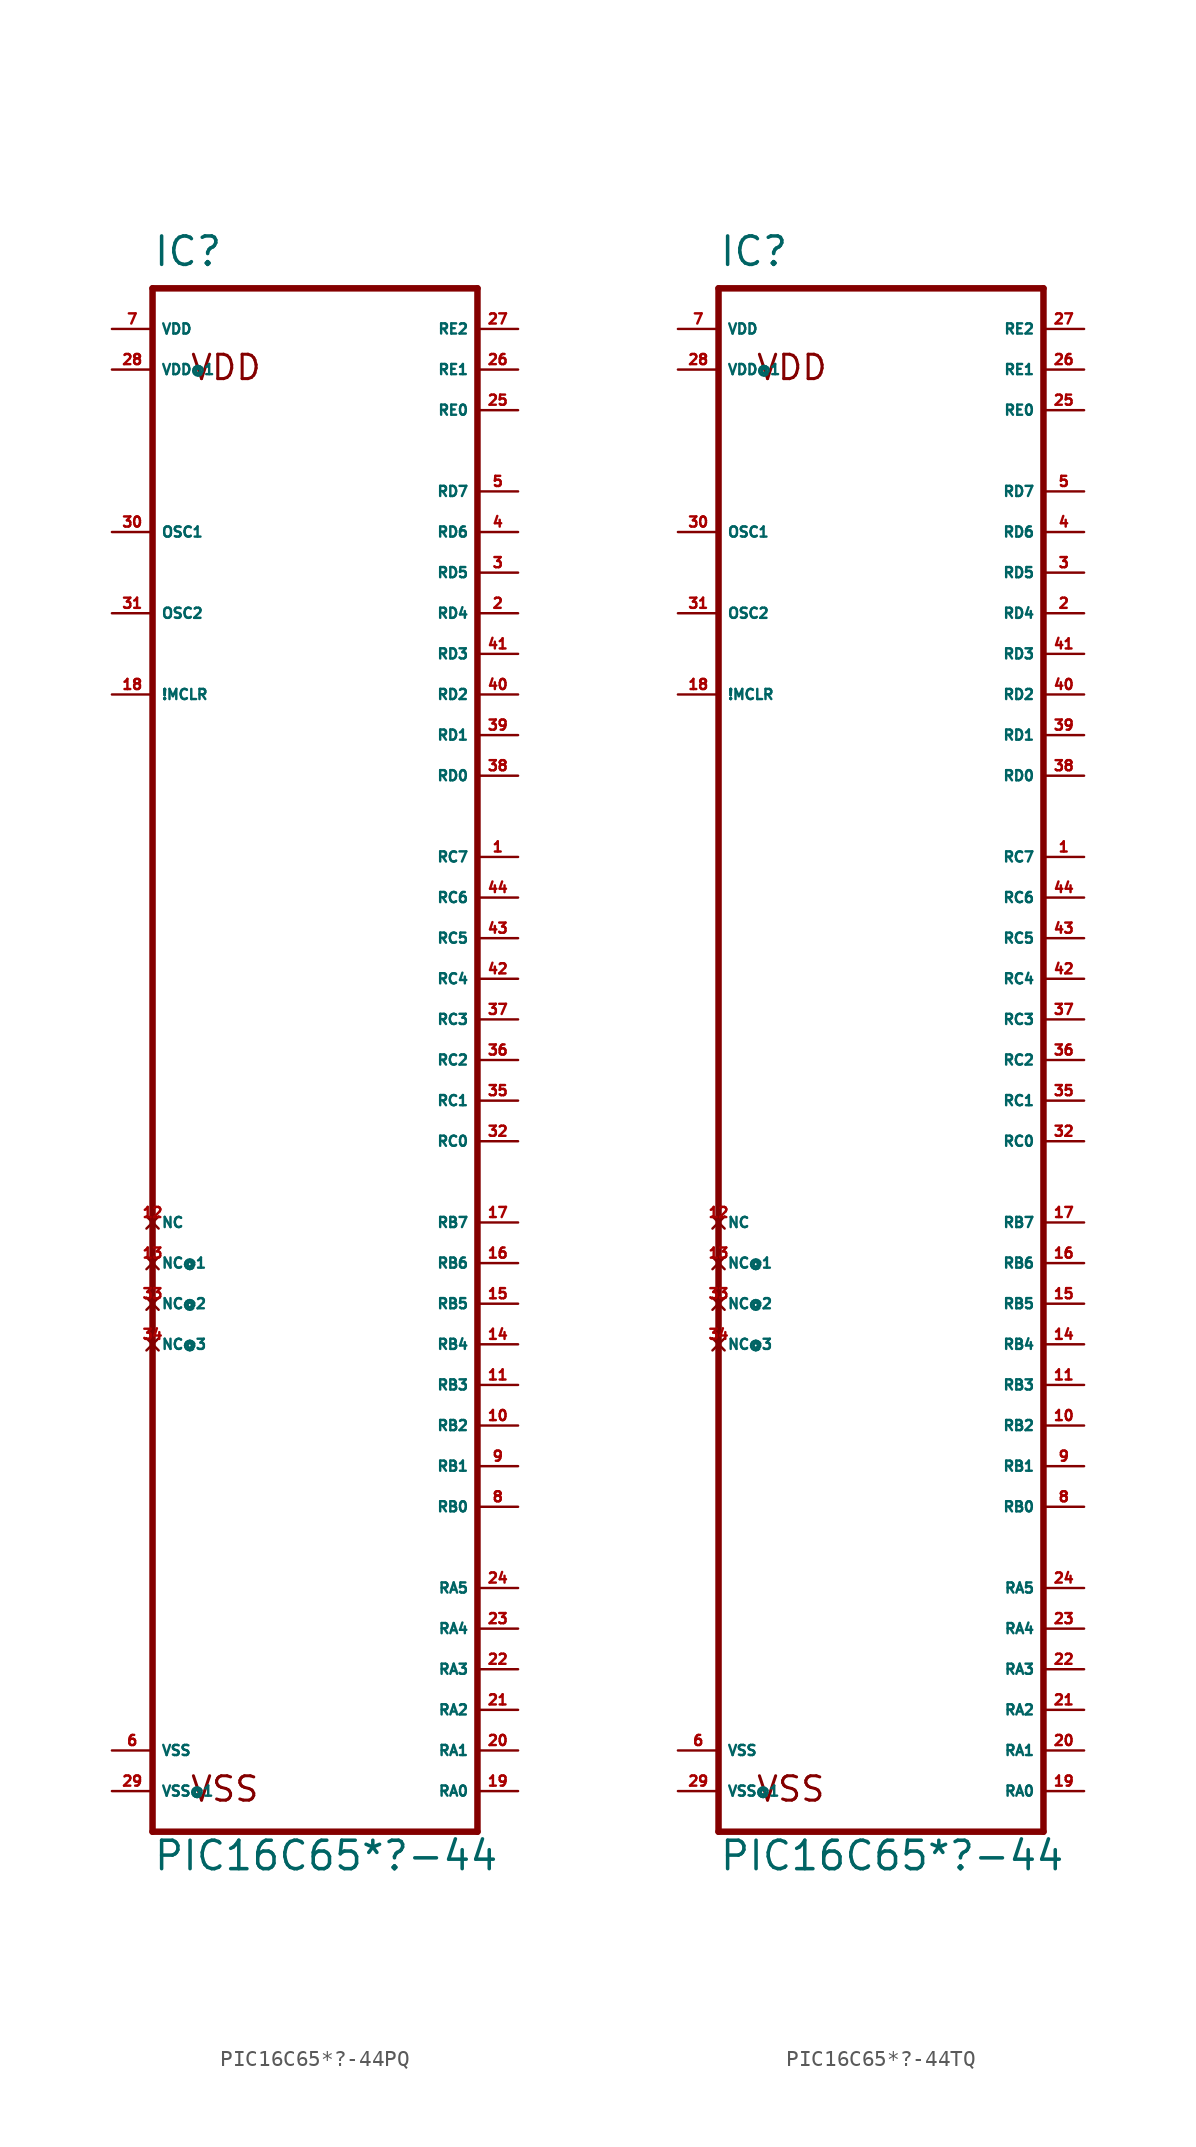
<source format=kicad_sym>
(kicad_symbol_lib
  (version 20220914)
  (generator Eagle2Kicad)
  (symbol "PIC16C65*?-44PQ"
    (property "Reference" "IC"
      (at -10.16 44.45 0)
      (effects (font (size 1.778 1.778) (thickness 0.22)) (justify left bottom)))
    (property "Value" "PIC16C65*?-44"
      (at -10.16 -55.88 0)
      (effects (font (size 1.778 1.778) (thickness 0.22)) (justify left bottom)))
    (polyline
      (pts (xy -10.16 -53.34) (xy 10.16 -53.34))
      (stroke (width 0.406) (type default))
      (fill (type none)))
    (polyline
      (pts (xy 10.16 -53.34) (xy 10.16 43.18))
      (stroke (width 0.406) (type default))
      (fill (type none)))
    (polyline
      (pts (xy 10.16 43.18) (xy -10.16 43.18))
      (stroke (width 0.406) (type default))
      (fill (type none)))
    (polyline
      (pts (xy -10.16 43.18) (xy -10.16 -53.34))
      (stroke (width 0.406) (type default))
      (fill (type none)))
    (text "VDD"
      (at -7.874 37.338 0)
      (effects (font (size 1.524 1.524) (thickness 0.19)) (justify left bottom)))
    (text "VSS"
      (at -7.874 -51.562 0)
      (effects (font (size 1.524 1.524) (thickness 0.19)) (justify left bottom)))
    (pin input line
      (at -12.7 17.78 0)
      (length 2.54)
      (name "!MCLR" (effects (font (size 0.635 0.635) (thickness 0.08)) (justify left bottom)))
      (number "18" (effects (font (size 0.635 0.635) (thickness 0.08)) (justify left bottom))))
    (pin input line
      (at -12.7 27.94 0)
      (length 2.54)
      (name "OSC1" (effects (font (size 0.635 0.635) (thickness 0.08)) (justify left bottom)))
      (number "30" (effects (font (size 0.635 0.635) (thickness 0.08)) (justify left bottom))))
    (pin bidirectional line
      (at 12.7 -50.8 180)
      (length 2.54)
      (name "RA0" (effects (font (size 0.635 0.635) (thickness 0.08)) (justify left bottom)))
      (number "19" (effects (font (size 0.635 0.635) (thickness 0.08)) (justify left bottom))))
    (pin bidirectional line
      (at 12.7 -48.26 180)
      (length 2.54)
      (name "RA1" (effects (font (size 0.635 0.635) (thickness 0.08)) (justify left bottom)))
      (number "20" (effects (font (size 0.635 0.635) (thickness 0.08)) (justify left bottom))))
    (pin bidirectional line
      (at 12.7 -45.72 180)
      (length 2.54)
      (name "RA2" (effects (font (size 0.635 0.635) (thickness 0.08)) (justify left bottom)))
      (number "21" (effects (font (size 0.635 0.635) (thickness 0.08)) (justify left bottom))))
    (pin bidirectional line
      (at 12.7 -43.18 180)
      (length 2.54)
      (name "RA3" (effects (font (size 0.635 0.635) (thickness 0.08)) (justify left bottom)))
      (number "22" (effects (font (size 0.635 0.635) (thickness 0.08)) (justify left bottom))))
    (pin bidirectional line
      (at 12.7 -30.48 180)
      (length 2.54)
      (name "RB1" (effects (font (size 0.635 0.635) (thickness 0.08)) (justify left bottom)))
      (number "9" (effects (font (size 0.635 0.635) (thickness 0.08)) (justify left bottom))))
    (pin bidirectional line
      (at 12.7 -27.94 180)
      (length 2.54)
      (name "RB2" (effects (font (size 0.635 0.635) (thickness 0.08)) (justify left bottom)))
      (number "10" (effects (font (size 0.635 0.635) (thickness 0.08)) (justify left bottom))))
    (pin bidirectional line
      (at 12.7 -25.4 180)
      (length 2.54)
      (name "RB3" (effects (font (size 0.635 0.635) (thickness 0.08)) (justify left bottom)))
      (number "11" (effects (font (size 0.635 0.635) (thickness 0.08)) (justify left bottom))))
    (pin bidirectional line
      (at 12.7 -38.1 180)
      (length 2.54)
      (name "RA5" (effects (font (size 0.635 0.635) (thickness 0.08)) (justify left bottom)))
      (number "24" (effects (font (size 0.635 0.635) (thickness 0.08)) (justify left bottom))))
    (pin bidirectional line
      (at 12.7 -22.86 180)
      (length 2.54)
      (name "RB4" (effects (font (size 0.635 0.635) (thickness 0.08)) (justify left bottom)))
      (number "14" (effects (font (size 0.635 0.635) (thickness 0.08)) (justify left bottom))))
    (pin bidirectional line
      (at 12.7 -20.32 180)
      (length 2.54)
      (name "RB5" (effects (font (size 0.635 0.635) (thickness 0.08)) (justify left bottom)))
      (number "15" (effects (font (size 0.635 0.635) (thickness 0.08)) (justify left bottom))))
    (pin bidirectional line
      (at 12.7 -17.78 180)
      (length 2.54)
      (name "RB6" (effects (font (size 0.635 0.635) (thickness 0.08)) (justify left bottom)))
      (number "16" (effects (font (size 0.635 0.635) (thickness 0.08)) (justify left bottom))))
    (pin bidirectional line
      (at 12.7 -15.24 180)
      (length 2.54)
      (name "RB7" (effects (font (size 0.635 0.635) (thickness 0.08)) (justify left bottom)))
      (number "17" (effects (font (size 0.635 0.635) (thickness 0.08)) (justify left bottom))))
    (pin bidirectional line
      (at 12.7 -10.16 180)
      (length 2.54)
      (name "RC0" (effects (font (size 0.635 0.635) (thickness 0.08)) (justify left bottom)))
      (number "32" (effects (font (size 0.635 0.635) (thickness 0.08)) (justify left bottom))))
    (pin bidirectional line
      (at 12.7 -7.62 180)
      (length 2.54)
      (name "RC1" (effects (font (size 0.635 0.635) (thickness 0.08)) (justify left bottom)))
      (number "35" (effects (font (size 0.635 0.635) (thickness 0.08)) (justify left bottom))))
    (pin bidirectional line
      (at 12.7 -5.08 180)
      (length 2.54)
      (name "RC2" (effects (font (size 0.635 0.635) (thickness 0.08)) (justify left bottom)))
      (number "36" (effects (font (size 0.635 0.635) (thickness 0.08)) (justify left bottom))))
    (pin bidirectional line
      (at 12.7 -2.54 180)
      (length 2.54)
      (name "RC3" (effects (font (size 0.635 0.635) (thickness 0.08)) (justify left bottom)))
      (number "37" (effects (font (size 0.635 0.635) (thickness 0.08)) (justify left bottom))))
    (pin bidirectional line
      (at 12.7 12.7 180)
      (length 2.54)
      (name "RD0" (effects (font (size 0.635 0.635) (thickness 0.08)) (justify left bottom)))
      (number "38" (effects (font (size 0.635 0.635) (thickness 0.08)) (justify left bottom))))
    (pin bidirectional line
      (at 12.7 15.24 180)
      (length 2.54)
      (name "RD1" (effects (font (size 0.635 0.635) (thickness 0.08)) (justify left bottom)))
      (number "39" (effects (font (size 0.635 0.635) (thickness 0.08)) (justify left bottom))))
    (pin bidirectional line
      (at 12.7 17.78 180)
      (length 2.54)
      (name "RD2" (effects (font (size 0.635 0.635) (thickness 0.08)) (justify left bottom)))
      (number "40" (effects (font (size 0.635 0.635) (thickness 0.08)) (justify left bottom))))
    (pin bidirectional line
      (at 12.7 20.32 180)
      (length 2.54)
      (name "RD3" (effects (font (size 0.635 0.635) (thickness 0.08)) (justify left bottom)))
      (number "41" (effects (font (size 0.635 0.635) (thickness 0.08)) (justify left bottom))))
    (pin bidirectional line
      (at 12.7 22.86 180)
      (length 2.54)
      (name "RD4" (effects (font (size 0.635 0.635) (thickness 0.08)) (justify left bottom)))
      (number "2" (effects (font (size 0.635 0.635) (thickness 0.08)) (justify left bottom))))
    (pin bidirectional line
      (at 12.7 25.4 180)
      (length 2.54)
      (name "RD5" (effects (font (size 0.635 0.635) (thickness 0.08)) (justify left bottom)))
      (number "3" (effects (font (size 0.635 0.635) (thickness 0.08)) (justify left bottom))))
    (pin bidirectional line
      (at 12.7 27.94 180)
      (length 2.54)
      (name "RD6" (effects (font (size 0.635 0.635) (thickness 0.08)) (justify left bottom)))
      (number "4" (effects (font (size 0.635 0.635) (thickness 0.08)) (justify left bottom))))
    (pin bidirectional line
      (at 12.7 30.48 180)
      (length 2.54)
      (name "RD7" (effects (font (size 0.635 0.635) (thickness 0.08)) (justify left bottom)))
      (number "5" (effects (font (size 0.635 0.635) (thickness 0.08)) (justify left bottom))))
    (pin bidirectional line
      (at 12.7 35.56 180)
      (length 2.54)
      (name "RE0" (effects (font (size 0.635 0.635) (thickness 0.08)) (justify left bottom)))
      (number "25" (effects (font (size 0.635 0.635) (thickness 0.08)) (justify left bottom))))
    (pin bidirectional line
      (at 12.7 38.1 180)
      (length 2.54)
      (name "RE1" (effects (font (size 0.635 0.635) (thickness 0.08)) (justify left bottom)))
      (number "26" (effects (font (size 0.635 0.635) (thickness 0.08)) (justify left bottom))))
    (pin bidirectional line
      (at 12.7 40.64 180)
      (length 2.54)
      (name "RE2" (effects (font (size 0.635 0.635) (thickness 0.08)) (justify left bottom)))
      (number "27" (effects (font (size 0.635 0.635) (thickness 0.08)) (justify left bottom))))
    (pin no_connect line
      (at -10.16 -15.24 0)
      (length 0)
      (name "NC" (effects (font (size 0.635 0.635) (thickness 0.08)) (justify left bottom) hide))
      (number "12" (effects (font (size 0.635 0.635) (thickness 0.08)) (justify left bottom) hide)))
    (pin no_connect line
      (at -10.16 -17.78 0)
      (length 0)
      (name "NC@1" (effects (font (size 0.635 0.635) (thickness 0.08)) (justify left bottom) hide))
      (number "13" (effects (font (size 0.635 0.635) (thickness 0.08)) (justify left bottom) hide)))
    (pin no_connect line
      (at -10.16 -20.32 0)
      (length 0)
      (name "NC@2" (effects (font (size 0.635 0.635) (thickness 0.08)) (justify left bottom) hide))
      (number "33" (effects (font (size 0.635 0.635) (thickness 0.08)) (justify left bottom) hide)))
    (pin no_connect line
      (at -10.16 -22.86 0)
      (length 0)
      (name "NC@3" (effects (font (size 0.635 0.635) (thickness 0.08)) (justify left bottom) hide))
      (number "34" (effects (font (size 0.635 0.635) (thickness 0.08)) (justify left bottom) hide)))
    (pin unspecified line
      (at -12.7 40.64 0)
      (length 2.54)
      (name "VDD" (effects (font (size 0.635 0.635) (thickness 0.08)) (justify left bottom)))
      (number "7" (effects (font (size 0.635 0.635) (thickness 0.08)) (justify left bottom))))
    (pin unspecified line
      (at -12.7 38.1 0)
      (length 2.54)
      (name "VDD@1" (effects (font (size 0.635 0.635) (thickness 0.08)) (justify left bottom)))
      (number "28" (effects (font (size 0.635 0.635) (thickness 0.08)) (justify left bottom))))
    (pin unspecified line
      (at -12.7 -48.26 0)
      (length 2.54)
      (name "VSS" (effects (font (size 0.635 0.635) (thickness 0.08)) (justify left bottom)))
      (number "6" (effects (font (size 0.635 0.635) (thickness 0.08)) (justify left bottom))))
    (pin unspecified line
      (at -12.7 -50.8 0)
      (length 2.54)
      (name "VSS@1" (effects (font (size 0.635 0.635) (thickness 0.08)) (justify left bottom)))
      (number "29" (effects (font (size 0.635 0.635) (thickness 0.08)) (justify left bottom))))
    (pin bidirectional line
      (at 12.7 0 180)
      (length 2.54)
      (name "RC4" (effects (font (size 0.635 0.635) (thickness 0.08)) (justify left bottom)))
      (number "42" (effects (font (size 0.635 0.635) (thickness 0.08)) (justify left bottom))))
    (pin bidirectional line
      (at 12.7 2.54 180)
      (length 2.54)
      (name "RC5" (effects (font (size 0.635 0.635) (thickness 0.08)) (justify left bottom)))
      (number "43" (effects (font (size 0.635 0.635) (thickness 0.08)) (justify left bottom))))
    (pin bidirectional line
      (at 12.7 5.08 180)
      (length 2.54)
      (name "RC6" (effects (font (size 0.635 0.635) (thickness 0.08)) (justify left bottom)))
      (number "44" (effects (font (size 0.635 0.635) (thickness 0.08)) (justify left bottom))))
    (pin bidirectional line
      (at 12.7 7.62 180)
      (length 2.54)
      (name "RC7" (effects (font (size 0.635 0.635) (thickness 0.08)) (justify left bottom)))
      (number "1" (effects (font (size 0.635 0.635) (thickness 0.08)) (justify left bottom))))
    (pin output line
      (at -12.7 22.86 0)
      (length 2.54)
      (name "OSC2" (effects (font (size 0.635 0.635) (thickness 0.08)) (justify left bottom)))
      (number "31" (effects (font (size 0.635 0.635) (thickness 0.08)) (justify left bottom))))
    (pin bidirectional line
      (at 12.7 -33.02 180)
      (length 2.54)
      (name "RB0" (effects (font (size 0.635 0.635) (thickness 0.08)) (justify left bottom)))
      (number "8" (effects (font (size 0.635 0.635) (thickness 0.08)) (justify left bottom))))
    (pin bidirectional line
      (at 12.7 -40.64 180)
      (length 2.54)
      (name "RA4" (effects (font (size 0.635 0.635) (thickness 0.08)) (justify left bottom)))
      (number "23" (effects (font (size 0.635 0.635) (thickness 0.08)) (justify left bottom)))))
  (symbol "PIC16C65*?-44TQ"
    (property "Reference" "IC"
      (at -10.16 44.45 0)
      (effects (font (size 1.778 1.778) (thickness 0.22)) (justify left bottom)))
    (property "Value" "PIC16C65*?-44"
      (at -10.16 -55.88 0)
      (effects (font (size 1.778 1.778) (thickness 0.22)) (justify left bottom)))
    (polyline
      (pts (xy -10.16 -53.34) (xy 10.16 -53.34))
      (stroke (width 0.406) (type default))
      (fill (type none)))
    (polyline
      (pts (xy 10.16 -53.34) (xy 10.16 43.18))
      (stroke (width 0.406) (type default))
      (fill (type none)))
    (polyline
      (pts (xy 10.16 43.18) (xy -10.16 43.18))
      (stroke (width 0.406) (type default))
      (fill (type none)))
    (polyline
      (pts (xy -10.16 43.18) (xy -10.16 -53.34))
      (stroke (width 0.406) (type default))
      (fill (type none)))
    (text "VDD"
      (at -7.874 37.338 0)
      (effects (font (size 1.524 1.524) (thickness 0.19)) (justify left bottom)))
    (text "VSS"
      (at -7.874 -51.562 0)
      (effects (font (size 1.524 1.524) (thickness 0.19)) (justify left bottom)))
    (pin input line
      (at -12.7 17.78 0)
      (length 2.54)
      (name "!MCLR" (effects (font (size 0.635 0.635) (thickness 0.08)) (justify left bottom)))
      (number "18" (effects (font (size 0.635 0.635) (thickness 0.08)) (justify left bottom))))
    (pin input line
      (at -12.7 27.94 0)
      (length 2.54)
      (name "OSC1" (effects (font (size 0.635 0.635) (thickness 0.08)) (justify left bottom)))
      (number "30" (effects (font (size 0.635 0.635) (thickness 0.08)) (justify left bottom))))
    (pin bidirectional line
      (at 12.7 -50.8 180)
      (length 2.54)
      (name "RA0" (effects (font (size 0.635 0.635) (thickness 0.08)) (justify left bottom)))
      (number "19" (effects (font (size 0.635 0.635) (thickness 0.08)) (justify left bottom))))
    (pin bidirectional line
      (at 12.7 -48.26 180)
      (length 2.54)
      (name "RA1" (effects (font (size 0.635 0.635) (thickness 0.08)) (justify left bottom)))
      (number "20" (effects (font (size 0.635 0.635) (thickness 0.08)) (justify left bottom))))
    (pin bidirectional line
      (at 12.7 -45.72 180)
      (length 2.54)
      (name "RA2" (effects (font (size 0.635 0.635) (thickness 0.08)) (justify left bottom)))
      (number "21" (effects (font (size 0.635 0.635) (thickness 0.08)) (justify left bottom))))
    (pin bidirectional line
      (at 12.7 -43.18 180)
      (length 2.54)
      (name "RA3" (effects (font (size 0.635 0.635) (thickness 0.08)) (justify left bottom)))
      (number "22" (effects (font (size 0.635 0.635) (thickness 0.08)) (justify left bottom))))
    (pin bidirectional line
      (at 12.7 -30.48 180)
      (length 2.54)
      (name "RB1" (effects (font (size 0.635 0.635) (thickness 0.08)) (justify left bottom)))
      (number "9" (effects (font (size 0.635 0.635) (thickness 0.08)) (justify left bottom))))
    (pin bidirectional line
      (at 12.7 -27.94 180)
      (length 2.54)
      (name "RB2" (effects (font (size 0.635 0.635) (thickness 0.08)) (justify left bottom)))
      (number "10" (effects (font (size 0.635 0.635) (thickness 0.08)) (justify left bottom))))
    (pin bidirectional line
      (at 12.7 -25.4 180)
      (length 2.54)
      (name "RB3" (effects (font (size 0.635 0.635) (thickness 0.08)) (justify left bottom)))
      (number "11" (effects (font (size 0.635 0.635) (thickness 0.08)) (justify left bottom))))
    (pin bidirectional line
      (at 12.7 -38.1 180)
      (length 2.54)
      (name "RA5" (effects (font (size 0.635 0.635) (thickness 0.08)) (justify left bottom)))
      (number "24" (effects (font (size 0.635 0.635) (thickness 0.08)) (justify left bottom))))
    (pin bidirectional line
      (at 12.7 -22.86 180)
      (length 2.54)
      (name "RB4" (effects (font (size 0.635 0.635) (thickness 0.08)) (justify left bottom)))
      (number "14" (effects (font (size 0.635 0.635) (thickness 0.08)) (justify left bottom))))
    (pin bidirectional line
      (at 12.7 -20.32 180)
      (length 2.54)
      (name "RB5" (effects (font (size 0.635 0.635) (thickness 0.08)) (justify left bottom)))
      (number "15" (effects (font (size 0.635 0.635) (thickness 0.08)) (justify left bottom))))
    (pin bidirectional line
      (at 12.7 -17.78 180)
      (length 2.54)
      (name "RB6" (effects (font (size 0.635 0.635) (thickness 0.08)) (justify left bottom)))
      (number "16" (effects (font (size 0.635 0.635) (thickness 0.08)) (justify left bottom))))
    (pin bidirectional line
      (at 12.7 -15.24 180)
      (length 2.54)
      (name "RB7" (effects (font (size 0.635 0.635) (thickness 0.08)) (justify left bottom)))
      (number "17" (effects (font (size 0.635 0.635) (thickness 0.08)) (justify left bottom))))
    (pin bidirectional line
      (at 12.7 -10.16 180)
      (length 2.54)
      (name "RC0" (effects (font (size 0.635 0.635) (thickness 0.08)) (justify left bottom)))
      (number "32" (effects (font (size 0.635 0.635) (thickness 0.08)) (justify left bottom))))
    (pin bidirectional line
      (at 12.7 -7.62 180)
      (length 2.54)
      (name "RC1" (effects (font (size 0.635 0.635) (thickness 0.08)) (justify left bottom)))
      (number "35" (effects (font (size 0.635 0.635) (thickness 0.08)) (justify left bottom))))
    (pin bidirectional line
      (at 12.7 -5.08 180)
      (length 2.54)
      (name "RC2" (effects (font (size 0.635 0.635) (thickness 0.08)) (justify left bottom)))
      (number "36" (effects (font (size 0.635 0.635) (thickness 0.08)) (justify left bottom))))
    (pin bidirectional line
      (at 12.7 -2.54 180)
      (length 2.54)
      (name "RC3" (effects (font (size 0.635 0.635) (thickness 0.08)) (justify left bottom)))
      (number "37" (effects (font (size 0.635 0.635) (thickness 0.08)) (justify left bottom))))
    (pin bidirectional line
      (at 12.7 12.7 180)
      (length 2.54)
      (name "RD0" (effects (font (size 0.635 0.635) (thickness 0.08)) (justify left bottom)))
      (number "38" (effects (font (size 0.635 0.635) (thickness 0.08)) (justify left bottom))))
    (pin bidirectional line
      (at 12.7 15.24 180)
      (length 2.54)
      (name "RD1" (effects (font (size 0.635 0.635) (thickness 0.08)) (justify left bottom)))
      (number "39" (effects (font (size 0.635 0.635) (thickness 0.08)) (justify left bottom))))
    (pin bidirectional line
      (at 12.7 17.78 180)
      (length 2.54)
      (name "RD2" (effects (font (size 0.635 0.635) (thickness 0.08)) (justify left bottom)))
      (number "40" (effects (font (size 0.635 0.635) (thickness 0.08)) (justify left bottom))))
    (pin bidirectional line
      (at 12.7 20.32 180)
      (length 2.54)
      (name "RD3" (effects (font (size 0.635 0.635) (thickness 0.08)) (justify left bottom)))
      (number "41" (effects (font (size 0.635 0.635) (thickness 0.08)) (justify left bottom))))
    (pin bidirectional line
      (at 12.7 22.86 180)
      (length 2.54)
      (name "RD4" (effects (font (size 0.635 0.635) (thickness 0.08)) (justify left bottom)))
      (number "2" (effects (font (size 0.635 0.635) (thickness 0.08)) (justify left bottom))))
    (pin bidirectional line
      (at 12.7 25.4 180)
      (length 2.54)
      (name "RD5" (effects (font (size 0.635 0.635) (thickness 0.08)) (justify left bottom)))
      (number "3" (effects (font (size 0.635 0.635) (thickness 0.08)) (justify left bottom))))
    (pin bidirectional line
      (at 12.7 27.94 180)
      (length 2.54)
      (name "RD6" (effects (font (size 0.635 0.635) (thickness 0.08)) (justify left bottom)))
      (number "4" (effects (font (size 0.635 0.635) (thickness 0.08)) (justify left bottom))))
    (pin bidirectional line
      (at 12.7 30.48 180)
      (length 2.54)
      (name "RD7" (effects (font (size 0.635 0.635) (thickness 0.08)) (justify left bottom)))
      (number "5" (effects (font (size 0.635 0.635) (thickness 0.08)) (justify left bottom))))
    (pin bidirectional line
      (at 12.7 35.56 180)
      (length 2.54)
      (name "RE0" (effects (font (size 0.635 0.635) (thickness 0.08)) (justify left bottom)))
      (number "25" (effects (font (size 0.635 0.635) (thickness 0.08)) (justify left bottom))))
    (pin bidirectional line
      (at 12.7 38.1 180)
      (length 2.54)
      (name "RE1" (effects (font (size 0.635 0.635) (thickness 0.08)) (justify left bottom)))
      (number "26" (effects (font (size 0.635 0.635) (thickness 0.08)) (justify left bottom))))
    (pin bidirectional line
      (at 12.7 40.64 180)
      (length 2.54)
      (name "RE2" (effects (font (size 0.635 0.635) (thickness 0.08)) (justify left bottom)))
      (number "27" (effects (font (size 0.635 0.635) (thickness 0.08)) (justify left bottom))))
    (pin no_connect line
      (at -10.16 -15.24 0)
      (length 0)
      (name "NC" (effects (font (size 0.635 0.635) (thickness 0.08)) (justify left bottom) hide))
      (number "12" (effects (font (size 0.635 0.635) (thickness 0.08)) (justify left bottom) hide)))
    (pin no_connect line
      (at -10.16 -17.78 0)
      (length 0)
      (name "NC@1" (effects (font (size 0.635 0.635) (thickness 0.08)) (justify left bottom) hide))
      (number "13" (effects (font (size 0.635 0.635) (thickness 0.08)) (justify left bottom) hide)))
    (pin no_connect line
      (at -10.16 -20.32 0)
      (length 0)
      (name "NC@2" (effects (font (size 0.635 0.635) (thickness 0.08)) (justify left bottom) hide))
      (number "33" (effects (font (size 0.635 0.635) (thickness 0.08)) (justify left bottom) hide)))
    (pin no_connect line
      (at -10.16 -22.86 0)
      (length 0)
      (name "NC@3" (effects (font (size 0.635 0.635) (thickness 0.08)) (justify left bottom) hide))
      (number "34" (effects (font (size 0.635 0.635) (thickness 0.08)) (justify left bottom) hide)))
    (pin unspecified line
      (at -12.7 40.64 0)
      (length 2.54)
      (name "VDD" (effects (font (size 0.635 0.635) (thickness 0.08)) (justify left bottom)))
      (number "7" (effects (font (size 0.635 0.635) (thickness 0.08)) (justify left bottom))))
    (pin unspecified line
      (at -12.7 38.1 0)
      (length 2.54)
      (name "VDD@1" (effects (font (size 0.635 0.635) (thickness 0.08)) (justify left bottom)))
      (number "28" (effects (font (size 0.635 0.635) (thickness 0.08)) (justify left bottom))))
    (pin unspecified line
      (at -12.7 -48.26 0)
      (length 2.54)
      (name "VSS" (effects (font (size 0.635 0.635) (thickness 0.08)) (justify left bottom)))
      (number "6" (effects (font (size 0.635 0.635) (thickness 0.08)) (justify left bottom))))
    (pin unspecified line
      (at -12.7 -50.8 0)
      (length 2.54)
      (name "VSS@1" (effects (font (size 0.635 0.635) (thickness 0.08)) (justify left bottom)))
      (number "29" (effects (font (size 0.635 0.635) (thickness 0.08)) (justify left bottom))))
    (pin bidirectional line
      (at 12.7 0 180)
      (length 2.54)
      (name "RC4" (effects (font (size 0.635 0.635) (thickness 0.08)) (justify left bottom)))
      (number "42" (effects (font (size 0.635 0.635) (thickness 0.08)) (justify left bottom))))
    (pin bidirectional line
      (at 12.7 2.54 180)
      (length 2.54)
      (name "RC5" (effects (font (size 0.635 0.635) (thickness 0.08)) (justify left bottom)))
      (number "43" (effects (font (size 0.635 0.635) (thickness 0.08)) (justify left bottom))))
    (pin bidirectional line
      (at 12.7 5.08 180)
      (length 2.54)
      (name "RC6" (effects (font (size 0.635 0.635) (thickness 0.08)) (justify left bottom)))
      (number "44" (effects (font (size 0.635 0.635) (thickness 0.08)) (justify left bottom))))
    (pin bidirectional line
      (at 12.7 7.62 180)
      (length 2.54)
      (name "RC7" (effects (font (size 0.635 0.635) (thickness 0.08)) (justify left bottom)))
      (number "1" (effects (font (size 0.635 0.635) (thickness 0.08)) (justify left bottom))))
    (pin output line
      (at -12.7 22.86 0)
      (length 2.54)
      (name "OSC2" (effects (font (size 0.635 0.635) (thickness 0.08)) (justify left bottom)))
      (number "31" (effects (font (size 0.635 0.635) (thickness 0.08)) (justify left bottom))))
    (pin bidirectional line
      (at 12.7 -33.02 180)
      (length 2.54)
      (name "RB0" (effects (font (size 0.635 0.635) (thickness 0.08)) (justify left bottom)))
      (number "8" (effects (font (size 0.635 0.635) (thickness 0.08)) (justify left bottom))))
    (pin bidirectional line
      (at 12.7 -40.64 180)
      (length 2.54)
      (name "RA4" (effects (font (size 0.635 0.635) (thickness 0.08)) (justify left bottom)))
      (number "23" (effects (font (size 0.635 0.635) (thickness 0.08)) (justify left bottom))))))
</source>
